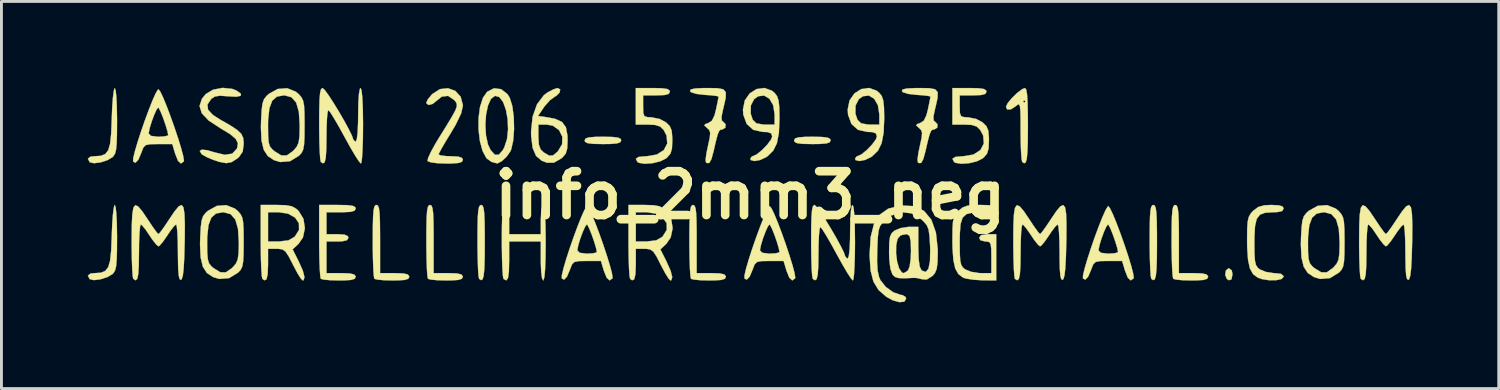
<source format=kicad_pcb>
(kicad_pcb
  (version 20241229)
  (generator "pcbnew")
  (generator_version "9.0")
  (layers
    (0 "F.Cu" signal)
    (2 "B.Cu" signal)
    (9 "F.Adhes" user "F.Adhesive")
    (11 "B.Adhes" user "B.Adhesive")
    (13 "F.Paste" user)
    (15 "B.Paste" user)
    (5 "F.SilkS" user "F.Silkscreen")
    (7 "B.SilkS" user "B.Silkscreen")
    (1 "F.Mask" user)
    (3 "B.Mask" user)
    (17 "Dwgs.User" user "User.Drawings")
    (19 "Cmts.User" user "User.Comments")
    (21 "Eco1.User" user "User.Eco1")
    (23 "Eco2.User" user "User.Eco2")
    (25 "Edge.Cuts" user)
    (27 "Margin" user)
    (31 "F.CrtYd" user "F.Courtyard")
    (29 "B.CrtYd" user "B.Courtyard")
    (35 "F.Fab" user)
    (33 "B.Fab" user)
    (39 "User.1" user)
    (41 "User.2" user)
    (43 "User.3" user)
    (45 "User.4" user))
  (footprint "info_2mm3_neg"
    (layer "F.Cu")
    (at 23.032 3.736)
    (property "Reference" "info_2mm3_neg" (at 0 0 0) (layer "F.SilkS") (effects (font (size 1.524 1.524) (thickness 0.3))))
    (attr through_hole)
    (fp_poly (pts (xy 16.739 2.614) (xy 16.764 2.752) (xy 16.729 2.926) (xy 16.635 2.956) (xy 16.566 2.907) (xy 16.51 2.77) (xy 16.534 2.62) (xy 16.625 2.541) (xy 16.637 2.54) (xy 16.739 2.614)) (stroke (width 0.01) (type solid)) (fill yes) (layer "F.SilkS"))
    (fp_poly (pts (xy -4.787 -2.025) (xy -4.591 -2.001) (xy -4.502 -1.954) (xy -4.487 -1.905) (xy -4.521 -1.838) (xy -4.641 -1.799) (xy -4.879 -1.781) (xy -5.122 -1.778) (xy -5.457 -1.785) (xy -5.654 -1.809) (xy -5.743 -1.856) (xy -5.757 -1.905) (xy -5.724 -1.972) (xy -5.604 -2.011) (xy -5.366 -2.029) (xy -5.122 -2.032) (xy -4.787 -2.025)) (stroke (width 0.01) (type solid)) (fill yes) (layer "F.SilkS"))
    (fp_poly (pts (xy 2.494 -2.025) (xy 2.691 -2.001) (xy 2.779 -1.954) (xy 2.794 -1.905) (xy 2.761 -1.838) (xy 2.641 -1.799) (xy 2.403 -1.781) (xy 2.159 -1.778) (xy 1.824 -1.785) (xy 1.627 -1.809) (xy 1.539 -1.856) (xy 1.524 -1.905) (xy 1.557 -1.972) (xy 1.677 -2.011) (xy 1.915 -2.029) (xy 2.159 -2.032) (xy 2.494 -2.025)) (stroke (width 0.01) (type solid)) (fill yes) (layer "F.SilkS"))
    (fp_poly (pts (xy -9.307 0.361) (xy -9.272 0.445) (xy -9.249 0.613) (xy -9.236 0.888) (xy -9.23 1.293) (xy -9.229 1.651) (xy -9.232 2.18) (xy -9.244 2.557) (xy -9.268 2.8) (xy -9.306 2.926) (xy -9.361 2.953) (xy -9.426 2.907) (xy -9.446 2.807) (xy -9.463 2.568) (xy -9.475 2.223) (xy -9.482 1.802) (xy -9.483 1.595) (xy -9.48 1.101) (xy -9.472 0.752) (xy -9.454 0.526) (xy -9.426 0.398) (xy -9.384 0.345) (xy -9.356 0.339) (xy -9.307 0.361)) (stroke (width 0.01) (type solid)) (fill yes) (layer "F.SilkS"))
    (fp_poly (pts (xy 14.061 0.361) (xy 14.096 0.445) (xy 14.119 0.613) (xy 14.132 0.888) (xy 14.138 1.293) (xy 14.139 1.651) (xy 14.136 2.18) (xy 14.124 2.557) (xy 14.1 2.8) (xy 14.062 2.926) (xy 14.007 2.953) (xy 13.942 2.907) (xy 13.922 2.807) (xy 13.905 2.568) (xy 13.893 2.223) (xy 13.886 1.802) (xy 13.885 1.595) (xy 13.888 1.101) (xy 13.896 0.752) (xy 13.914 0.526) (xy 13.942 0.398) (xy 13.984 0.345) (xy 14.012 0.339) (xy 14.061 0.361)) (stroke (width 0.01) (type solid)) (fill yes) (layer "F.SilkS"))
    (fp_poly (pts (xy -22.062 -3.646) (xy -22.038 -3.426) (xy -22.021 -3.097) (xy -22.014 -2.688) (xy -22.013 -2.595) (xy -22.016 -2.129) (xy -22.026 -1.802) (xy -22.047 -1.585) (xy -22.083 -1.446) (xy -22.138 -1.356) (xy -22.172 -1.322) (xy -22.352 -1.216) (xy -22.588 -1.141) (xy -22.813 -1.112) (xy -22.96 -1.144) (xy -22.966 -1.15) (xy -23.027 -1.271) (xy -22.933 -1.341) (xy -22.792 -1.355) (xy -22.577 -1.369) (xy -22.424 -1.43) (xy -22.32 -1.561) (xy -22.255 -1.786) (xy -22.218 -2.131) (xy -22.198 -2.618) (xy -22.197 -2.66) (xy -22.181 -3.062) (xy -22.156 -3.395) (xy -22.126 -3.626) (xy -22.095 -3.724) (xy -22.091 -3.725) (xy -22.062 -3.646)) (stroke (width 0.01) (type solid)) (fill yes) (layer "F.SilkS"))
    (fp_poly (pts (xy -22.062 0.418) (xy -22.038 0.638) (xy -22.021 0.967) (xy -22.014 1.376) (xy -22.013 1.469) (xy -22.016 1.935) (xy -22.026 2.262) (xy -22.047 2.479) (xy -22.083 2.618) (xy -22.138 2.708) (xy -22.172 2.742) (xy -22.352 2.848) (xy -22.588 2.923) (xy -22.813 2.952) (xy -22.96 2.92) (xy -22.966 2.914) (xy -23.027 2.793) (xy -22.933 2.723) (xy -22.792 2.709) (xy -22.577 2.695) (xy -22.424 2.634) (xy -22.32 2.503) (xy -22.255 2.278) (xy -22.218 1.933) (xy -22.198 1.446) (xy -22.197 1.404) (xy -22.181 1.002) (xy -22.156 0.669) (xy -22.126 0.438) (xy -22.095 0.34) (xy -22.091 0.339) (xy -22.062 0.418)) (stroke (width 0.01) (type solid)) (fill yes) (layer "F.SilkS"))
    (fp_poly (pts (xy -12.945 0.362) (xy -12.909 0.45) (xy -12.887 0.625) (xy -12.874 0.912) (xy -12.87 1.336) (xy -12.869 1.524) (xy -12.869 2.709) (xy -12.361 2.709) (xy -12.066 2.719) (xy -11.908 2.754) (xy -11.854 2.821) (xy -11.853 2.836) (xy -11.889 2.906) (xy -12.016 2.946) (xy -12.266 2.962) (xy -12.432 2.963) (xy -12.731 2.956) (xy -12.959 2.935) (xy -13.067 2.907) (xy -13.067 2.907) (xy -13.087 2.807) (xy -13.104 2.568) (xy -13.116 2.223) (xy -13.123 1.802) (xy -13.123 1.595) (xy -13.121 1.101) (xy -13.112 0.752) (xy -13.095 0.526) (xy -13.067 0.398) (xy -13.025 0.345) (xy -12.996 0.339) (xy -12.945 0.362)) (stroke (width 0.01) (type solid)) (fill yes) (layer "F.SilkS"))
    (fp_poly (pts (xy -11.082 0.362) (xy -11.047 0.45) (xy -11.024 0.625) (xy -11.012 0.912) (xy -11.007 1.336) (xy -11.007 1.524) (xy -11.007 2.709) (xy -10.499 2.709) (xy -10.204 2.719) (xy -10.045 2.754) (xy -9.992 2.821) (xy -9.991 2.836) (xy -10.026 2.906) (xy -10.153 2.946) (xy -10.404 2.962) (xy -10.569 2.963) (xy -10.868 2.956) (xy -11.096 2.935) (xy -11.204 2.907) (xy -11.204 2.907) (xy -11.224 2.807) (xy -11.241 2.568) (xy -11.253 2.223) (xy -11.26 1.802) (xy -11.261 1.595) (xy -11.258 1.101) (xy -11.25 0.752) (xy -11.232 0.526) (xy -11.204 0.398) (xy -11.162 0.345) (xy -11.134 0.339) (xy -11.082 0.362)) (stroke (width 0.01) (type solid)) (fill yes) (layer "F.SilkS"))
    (fp_poly (pts (xy -1.938 0.362) (xy -1.903 0.45) (xy -1.88 0.625) (xy -1.868 0.912) (xy -1.863 1.336) (xy -1.863 1.524) (xy -1.863 2.709) (xy -1.355 2.709) (xy -1.06 2.719) (xy -0.901 2.754) (xy -0.848 2.821) (xy -0.847 2.836) (xy -0.882 2.906) (xy -1.009 2.946) (xy -1.26 2.962) (xy -1.425 2.963) (xy -1.724 2.956) (xy -1.952 2.935) (xy -2.06 2.907) (xy -2.06 2.907) (xy -2.08 2.807) (xy -2.097 2.568) (xy -2.109 2.223) (xy -2.116 1.802) (xy -2.117 1.595) (xy -2.114 1.101) (xy -2.106 0.752) (xy -2.088 0.526) (xy -2.06 0.398) (xy -2.018 0.345) (xy -1.99 0.339) (xy -1.938 0.362)) (stroke (width 0.01) (type solid)) (fill yes) (layer "F.SilkS"))
    (fp_poly (pts (xy 14.826 0.362) (xy 14.861 0.45) (xy 14.884 0.625) (xy 14.896 0.912) (xy 14.901 1.336) (xy 14.901 1.524) (xy 14.901 2.709) (xy 15.409 2.709) (xy 15.704 2.719) (xy 15.863 2.754) (xy 15.916 2.821) (xy 15.917 2.836) (xy 15.882 2.906) (xy 15.755 2.946) (xy 15.504 2.962) (xy 15.339 2.963) (xy 15.04 2.956) (xy 14.812 2.935) (xy 14.704 2.907) (xy 14.704 2.907) (xy 14.684 2.807) (xy 14.667 2.568) (xy 14.655 2.223) (xy 14.648 1.802) (xy 14.647 1.595) (xy 14.65 1.101) (xy 14.658 0.752) (xy 14.676 0.526) (xy 14.704 0.398) (xy 14.746 0.345) (xy 14.774 0.339) (xy 14.826 0.362)) (stroke (width 0.01) (type solid)) (fill yes) (layer "F.SilkS"))
    (fp_poly (pts (xy 9.592 -3.675) (xy 9.622 -3.515) (xy 9.641 -3.228) (xy 9.65 -2.798) (xy 9.652 -2.413) (xy 9.649 -1.884) (xy 9.636 -1.507) (xy 9.613 -1.264) (xy 9.575 -1.138) (xy 9.52 -1.111) (xy 9.454 -1.157) (xy 9.433 -1.259) (xy 9.415 -1.495) (xy 9.402 -1.831) (xy 9.398 -2.229) (xy 9.397 -2.655) (xy 9.39 -2.935) (xy 9.374 -3.095) (xy 9.344 -3.158) (xy 9.297 -3.147) (xy 9.243 -3.103) (xy 9.063 -2.985) (xy 8.933 -2.98) (xy 8.89 -3.074) (xy 8.95 -3.201) (xy 8.999 -3.26) (xy 9.483 -3.26) (xy 9.525 -3.217) (xy 9.567 -3.26) (xy 9.525 -3.302) (xy 9.483 -3.26) (xy 8.999 -3.26) (xy 9.098 -3.379) (xy 9.283 -3.558) (xy 9.456 -3.688) (xy 9.55 -3.725) (xy 9.592 -3.675)) (stroke (width 0.01) (type solid)) (fill yes) (layer "F.SilkS"))
    (fp_poly (pts (xy -14.016 0.345) (xy -13.819 0.369) (xy -13.731 0.417) (xy -13.716 0.466) (xy -13.755 0.539) (xy -13.893 0.579) (xy -14.163 0.592) (xy -14.224 0.593) (xy -14.732 0.593) (xy -14.732 1.355) (xy -14.351 1.355) (xy -14.1 1.371) (xy -13.985 1.428) (xy -13.97 1.482) (xy -14.02 1.565) (xy -14.189 1.604) (xy -14.351 1.609) (xy -14.732 1.609) (xy -14.732 2.709) (xy -14.224 2.709) (xy -13.929 2.719) (xy -13.771 2.754) (xy -13.717 2.821) (xy -13.716 2.836) (xy -13.751 2.906) (xy -13.879 2.946) (xy -14.129 2.962) (xy -14.295 2.963) (xy -14.593 2.956) (xy -14.821 2.935) (xy -14.929 2.907) (xy -14.93 2.907) (xy -14.949 2.807) (xy -14.966 2.568) (xy -14.979 2.223) (xy -14.985 1.802) (xy -14.986 1.595) (xy -14.986 0.339) (xy -14.351 0.339) (xy -14.016 0.345)) (stroke (width 0.01) (type solid)) (fill yes) (layer "F.SilkS"))
    (fp_poly (pts (xy 18.382 0.352) (xy 18.514 0.398) (xy 18.542 0.466) (xy 18.491 0.55) (xy 18.32 0.588) (xy 18.167 0.593) (xy 17.9 0.61) (xy 17.718 0.678) (xy 17.606 0.824) (xy 17.548 1.075) (xy 17.527 1.458) (xy 17.526 1.652) (xy 17.529 2.029) (xy 17.545 2.274) (xy 17.58 2.425) (xy 17.642 2.519) (xy 17.714 2.578) (xy 17.927 2.667) (xy 18.194 2.709) (xy 18.222 2.709) (xy 18.45 2.733) (xy 18.539 2.81) (xy 18.542 2.836) (xy 18.468 2.914) (xy 18.282 2.955) (xy 18.038 2.956) (xy 17.789 2.917) (xy 17.641 2.864) (xy 17.48 2.744) (xy 17.37 2.548) (xy 17.305 2.251) (xy 17.275 1.825) (xy 17.272 1.559) (xy 17.275 1.177) (xy 17.292 0.924) (xy 17.329 0.759) (xy 17.395 0.64) (xy 17.48 0.546) (xy 17.657 0.411) (xy 17.875 0.35) (xy 18.115 0.339) (xy 18.382 0.352)) (stroke (width 0.01) (type solid)) (fill yes) (layer "F.SilkS"))
    (fp_poly (pts (xy -7.163 0.421) (xy -7.137 0.659) (xy -7.119 1.038) (xy -7.112 1.544) (xy -7.112 1.651) (xy -7.117 2.18) (xy -7.133 2.584) (xy -7.157 2.848) (xy -7.19 2.96) (xy -7.197 2.963) (xy -7.239 2.884) (xy -7.268 2.668) (xy -7.281 2.347) (xy -7.281 2.286) (xy -7.281 1.609) (xy -8.382 1.609) (xy -8.382 2.286) (xy -8.391 2.659) (xy -8.422 2.878) (xy -8.479 2.96) (xy -8.568 2.918) (xy -8.58 2.907) (xy -8.599 2.807) (xy -8.616 2.568) (xy -8.629 2.223) (xy -8.635 1.802) (xy -8.636 1.595) (xy -8.634 1.101) (xy -8.625 0.752) (xy -8.608 0.526) (xy -8.579 0.398) (xy -8.538 0.345) (xy -8.509 0.339) (xy -8.435 0.378) (xy -8.396 0.516) (xy -8.382 0.785) (xy -8.382 0.847) (xy -8.382 1.355) (xy -7.281 1.355) (xy -7.281 0.847) (xy -7.268 0.576) (xy -7.235 0.393) (xy -7.197 0.339) (xy -7.163 0.421)) (stroke (width 0.01) (type solid)) (fill yes) (layer "F.SilkS"))
    (fp_poly (pts (xy -3.065 -3.718) (xy -2.88 -3.691) (xy -2.803 -3.638) (xy -2.794 -3.598) (xy -2.836 -3.522) (xy -2.983 -3.482) (xy -3.26 -3.471) (xy -3.725 -3.471) (xy -3.725 -3.09) (xy -3.719 -2.856) (xy -3.676 -2.745) (xy -3.563 -2.712) (xy -3.44 -2.709) (xy -3.156 -2.652) (xy -2.932 -2.534) (xy -2.798 -2.402) (xy -2.731 -2.243) (xy -2.71 -1.995) (xy -2.709 -1.905) (xy -2.722 -1.622) (xy -2.774 -1.445) (xy -2.889 -1.312) (xy -2.932 -1.276) (xy -3.134 -1.176) (xy -3.401 -1.112) (xy -3.668 -1.093) (xy -3.871 -1.125) (xy -3.923 -1.157) (xy -3.978 -1.267) (xy -3.875 -1.332) (xy -3.61 -1.355) (xy -3.598 -1.355) (xy -3.248 -1.413) (xy -3.005 -1.569) (xy -2.886 -1.798) (xy -2.909 -2.072) (xy -3.01 -2.267) (xy -3.132 -2.387) (xy -3.312 -2.443) (xy -3.561 -2.455) (xy -3.979 -2.455) (xy -3.979 -3.725) (xy -3.387 -3.725) (xy -3.065 -3.718)) (stroke (width 0.01) (type solid)) (fill yes) (layer "F.SilkS"))
    (fp_poly (pts (xy 7.942 -3.718) (xy 8.126 -3.691) (xy 8.204 -3.638) (xy 8.213 -3.598) (xy 8.171 -3.522) (xy 8.024 -3.482) (xy 7.747 -3.471) (xy 7.281 -3.471) (xy 7.281 -3.09) (xy 7.288 -2.856) (xy 7.331 -2.745) (xy 7.444 -2.712) (xy 7.566 -2.709) (xy 7.851 -2.652) (xy 8.074 -2.534) (xy 8.209 -2.402) (xy 8.276 -2.243) (xy 8.297 -1.995) (xy 8.297 -1.905) (xy 8.285 -1.622) (xy 8.232 -1.445) (xy 8.118 -1.312) (xy 8.074 -1.276) (xy 7.873 -1.176) (xy 7.606 -1.112) (xy 7.338 -1.093) (xy 7.135 -1.125) (xy 7.084 -1.157) (xy 7.029 -1.267) (xy 7.132 -1.332) (xy 7.397 -1.355) (xy 7.408 -1.355) (xy 7.759 -1.413) (xy 8.002 -1.569) (xy 8.12 -1.798) (xy 8.098 -2.072) (xy 7.996 -2.267) (xy 7.875 -2.387) (xy 7.694 -2.443) (xy 7.446 -2.455) (xy 7.027 -2.455) (xy 7.027 -3.725) (xy 7.62 -3.725) (xy 7.942 -3.718)) (stroke (width 0.01) (type solid)) (fill yes) (layer "F.SilkS"))
    (fp_poly (pts (xy -8.66 -3.686) (xy -8.442 -3.516) (xy -8.361 -3.387) (xy -8.272 -3.1) (xy -8.221 -2.716) (xy -8.211 -2.296) (xy -8.24 -1.901) (xy -8.311 -1.59) (xy -8.341 -1.522) (xy -8.47 -1.339) (xy -8.634 -1.186) (xy -8.779 -1.109) (xy -8.821 -1.11) (xy -8.915 -1.137) (xy -8.997 -1.159) (xy -9.172 -1.286) (xy -9.307 -1.54) (xy -9.399 -1.883) (xy -9.446 -2.277) (xy -9.446 -2.444) (xy -9.209 -2.444) (xy -9.188 -2.085) (xy -9.119 -1.766) (xy -9.028 -1.571) (xy -8.879 -1.407) (xy -8.742 -1.405) (xy -8.603 -1.567) (xy -8.553 -1.657) (xy -8.457 -1.946) (xy -8.42 -2.285) (xy -8.434 -2.638) (xy -8.494 -2.968) (xy -8.592 -3.238) (xy -8.723 -3.412) (xy -8.874 -3.454) (xy -9.014 -3.348) (xy -9.118 -3.117) (xy -9.184 -2.801) (xy -9.209 -2.444) (xy -9.446 -2.444) (xy -9.445 -2.684) (xy -9.395 -3.067) (xy -9.293 -3.386) (xy -9.147 -3.595) (xy -8.908 -3.717) (xy -8.66 -3.686)) (stroke (width 0.01) (type solid)) (fill yes) (layer "F.SilkS"))
    (fp_poly (pts (xy -10.254 -3.627) (xy -10.069 -3.426) (xy -9.991 -3.133) (xy -9.991 -3.11) (xy -10.051 -2.843) (xy -10.234 -2.46) (xy -10.412 -2.158) (xy -10.596 -1.857) (xy -10.739 -1.611) (xy -10.822 -1.454) (xy -10.835 -1.418) (xy -10.76 -1.382) (xy -10.566 -1.359) (xy -10.414 -1.355) (xy -10.148 -1.341) (xy -10.018 -1.294) (xy -9.991 -1.228) (xy -10.026 -1.158) (xy -10.152 -1.119) (xy -10.4 -1.102) (xy -10.578 -1.101) (xy -10.879 -1.112) (xy -11.108 -1.143) (xy -11.219 -1.186) (xy -11.22 -1.187) (xy -11.2 -1.291) (xy -11.104 -1.502) (xy -10.948 -1.786) (xy -10.811 -2.013) (xy -10.55 -2.433) (xy -10.368 -2.735) (xy -10.256 -2.942) (xy -10.204 -3.08) (xy -10.203 -3.174) (xy -10.241 -3.248) (xy -10.293 -3.309) (xy -10.505 -3.453) (xy -10.722 -3.428) (xy -10.88 -3.302) (xy -11.04 -3.174) (xy -11.183 -3.135) (xy -11.258 -3.195) (xy -11.261 -3.221) (xy -11.206 -3.336) (xy -11.071 -3.499) (xy -11.053 -3.518) (xy -10.787 -3.688) (xy -10.507 -3.719) (xy -10.254 -3.627)) (stroke (width 0.01) (type solid)) (fill yes) (layer "F.SilkS"))
    (fp_poly (pts (xy -1.145 -3.72) (xy -0.94 -3.683) (xy -0.85 -3.582) (xy -0.853 -3.387) (xy -0.925 -3.065) (xy -0.946 -2.984) (xy -0.998 -2.73) (xy -0.99 -2.598) (xy -0.946 -2.559) (xy -0.857 -2.468) (xy -0.865 -2.348) (xy -0.964 -2.286) (xy -0.968 -2.286) (xy -1.035 -2.276) (xy -1.086 -2.224) (xy -1.136 -2.099) (xy -1.197 -1.868) (xy -1.271 -1.545) (xy -1.349 -1.258) (xy -1.423 -1.121) (xy -1.506 -1.117) (xy -1.543 -1.148) (xy -1.551 -1.249) (xy -1.522 -1.465) (xy -1.471 -1.709) (xy -1.409 -1.995) (xy -1.393 -2.165) (xy -1.425 -2.264) (xy -1.501 -2.338) (xy -1.6 -2.429) (xy -1.55 -2.479) (xy -1.466 -2.505) (xy -1.335 -2.587) (xy -1.243 -2.773) (xy -1.191 -2.976) (xy -1.139 -3.222) (xy -1.107 -3.389) (xy -1.101 -3.429) (xy -1.177 -3.451) (xy -1.376 -3.474) (xy -1.581 -3.488) (xy -1.876 -3.522) (xy -2.057 -3.58) (xy -2.096 -3.619) (xy -2.067 -3.677) (xy -1.92 -3.71) (xy -1.633 -3.724) (xy -1.489 -3.725) (xy -1.145 -3.72)) (stroke (width 0.01) (type solid)) (fill yes) (layer "F.SilkS"))
    (fp_poly (pts (xy 6.221 -3.72) (xy 6.426 -3.683) (xy 6.516 -3.582) (xy 6.513 -3.387) (xy 6.441 -3.065) (xy 6.42 -2.984) (xy 6.368 -2.73) (xy 6.376 -2.598) (xy 6.42 -2.559) (xy 6.509 -2.468) (xy 6.501 -2.348) (xy 6.402 -2.286) (xy 6.398 -2.286) (xy 6.331 -2.276) (xy 6.28 -2.224) (xy 6.23 -2.099) (xy 6.169 -1.868) (xy 6.095 -1.545) (xy 6.017 -1.258) (xy 5.943 -1.121) (xy 5.86 -1.117) (xy 5.823 -1.148) (xy 5.815 -1.249) (xy 5.844 -1.465) (xy 5.895 -1.709) (xy 5.957 -1.995) (xy 5.973 -2.165) (xy 5.941 -2.264) (xy 5.865 -2.338) (xy 5.766 -2.429) (xy 5.816 -2.479) (xy 5.9 -2.505) (xy 6.031 -2.587) (xy 6.123 -2.773) (xy 6.175 -2.976) (xy 6.227 -3.222) (xy 6.259 -3.389) (xy 6.265 -3.429) (xy 6.189 -3.451) (xy 5.99 -3.474) (xy 5.785 -3.488) (xy 5.49 -3.522) (xy 5.309 -3.58) (xy 5.27 -3.619) (xy 5.299 -3.677) (xy 5.446 -3.71) (xy 5.733 -3.724) (xy 5.877 -3.725) (xy 6.221 -3.72)) (stroke (width 0.01) (type solid)) (fill yes) (layer "F.SilkS"))
    (fp_poly (pts (xy -18.008 -3.696) (xy -17.859 -3.638) (xy -17.709 -3.529) (xy -17.715 -3.455) (xy -17.869 -3.423) (xy -18.145 -3.438) (xy -18.437 -3.459) (xy -18.618 -3.429) (xy -18.738 -3.348) (xy -18.869 -3.155) (xy -18.851 -2.974) (xy -18.678 -2.788) (xy -18.436 -2.633) (xy -18.074 -2.426) (xy -17.837 -2.269) (xy -17.698 -2.137) (xy -17.631 -2.003) (xy -17.611 -1.84) (xy -17.611 -1.78) (xy -17.645 -1.514) (xy -17.773 -1.328) (xy -17.834 -1.276) (xy -18.026 -1.152) (xy -18.213 -1.114) (xy -18.454 -1.158) (xy -18.658 -1.225) (xy -18.889 -1.321) (xy -19.053 -1.412) (xy -19.076 -1.432) (xy -19.138 -1.539) (xy -19.063 -1.584) (xy -18.872 -1.563) (xy -18.631 -1.491) (xy -18.266 -1.404) (xy -18.008 -1.445) (xy -17.849 -1.615) (xy -17.835 -1.649) (xy -17.812 -1.807) (xy -17.886 -1.956) (xy -18.077 -2.119) (xy -18.406 -2.32) (xy -18.422 -2.329) (xy -18.828 -2.595) (xy -19.068 -2.85) (xy -19.145 -3.101) (xy -19.062 -3.353) (xy -18.927 -3.518) (xy -18.672 -3.669) (xy -18.341 -3.731) (xy -18.008 -3.696)) (stroke (width 0.01) (type solid)) (fill yes) (layer "F.SilkS"))
    (fp_poly (pts (xy -6.608 -3.678) (xy -6.627 -3.57) (xy -6.737 -3.458) (xy -6.792 -3.428) (xy -6.96 -3.305) (xy -7.14 -3.104) (xy -7.18 -3.048) (xy -7.379 -2.752) (xy -7.182 -2.728) (xy -6.794 -2.659) (xy -6.545 -2.547) (xy -6.409 -2.362) (xy -6.355 -2.077) (xy -6.35 -1.905) (xy -6.363 -1.622) (xy -6.415 -1.445) (xy -6.529 -1.312) (xy -6.573 -1.276) (xy -6.826 -1.131) (xy -7.071 -1.13) (xy -7.251 -1.2) (xy -7.446 -1.365) (xy -7.566 -1.645) (xy -7.617 -2.058) (xy -7.62 -2.221) (xy -7.595 -2.455) (xy -7.366 -2.455) (xy -7.366 -2.037) (xy -7.349 -1.758) (xy -7.286 -1.589) (xy -7.178 -1.486) (xy -6.991 -1.376) (xy -6.857 -1.383) (xy -6.7 -1.513) (xy -6.689 -1.524) (xy -6.541 -1.77) (xy -6.533 -2.031) (xy -6.646 -2.261) (xy -6.861 -2.416) (xy -7.074 -2.455) (xy -7.366 -2.455) (xy -7.595 -2.455) (xy -7.566 -2.732) (xy -7.413 -3.161) (xy -7.173 -3.479) (xy -7.037 -3.579) (xy -6.842 -3.679) (xy -6.703 -3.725) (xy -6.697 -3.725) (xy -6.608 -3.678)) (stroke (width 0.01) (type solid)) (fill yes) (layer "F.SilkS"))
    (fp_poly (pts (xy -16.144 0.348) (xy -15.938 0.386) (xy -15.789 0.468) (xy -15.702 0.546) (xy -15.533 0.821) (xy -15.483 1.148) (xy -15.55 1.468) (xy -15.702 1.689) (xy -15.909 1.884) (xy -15.702 2.294) (xy -15.555 2.622) (xy -15.497 2.848) (xy -15.53 2.956) (xy -15.56 2.963) (xy -15.628 2.893) (xy -15.743 2.708) (xy -15.882 2.445) (xy -15.898 2.413) (xy -16.045 2.128) (xy -16.154 1.963) (xy -16.261 1.886) (xy -16.399 1.864) (xy -16.467 1.863) (xy -16.764 1.863) (xy -16.764 2.413) (xy -16.777 2.746) (xy -16.817 2.924) (xy -16.891 2.958) (xy -16.962 2.907) (xy -16.981 2.807) (xy -16.998 2.568) (xy -17.011 2.223) (xy -17.017 1.802) (xy -17.018 1.595) (xy -17.018 0.593) (xy -16.764 0.593) (xy -16.764 1.609) (xy -16.383 1.609) (xy -16.056 1.57) (xy -15.838 1.445) (xy -15.833 1.439) (xy -15.687 1.206) (xy -15.691 0.976) (xy -15.824 0.778) (xy -16.069 0.641) (xy -16.386 0.593) (xy -16.764 0.593) (xy -17.018 0.593) (xy -17.018 0.339) (xy -16.464 0.339) (xy -16.144 0.348)) (stroke (width 0.01) (type solid)) (fill yes) (layer "F.SilkS"))
    (fp_poly (pts (xy -3.359 0.348) (xy -3.153 0.386) (xy -3.004 0.468) (xy -2.917 0.546) (xy -2.749 0.821) (xy -2.698 1.148) (xy -2.765 1.468) (xy -2.917 1.689) (xy -3.124 1.884) (xy -2.917 2.294) (xy -2.77 2.622) (xy -2.712 2.848) (xy -2.745 2.956) (xy -2.776 2.963) (xy -2.843 2.893) (xy -2.958 2.708) (xy -3.098 2.445) (xy -3.114 2.413) (xy -3.26 2.128) (xy -3.369 1.963) (xy -3.476 1.886) (xy -3.614 1.864) (xy -3.682 1.863) (xy -3.979 1.863) (xy -3.979 2.413) (xy -3.992 2.746) (xy -4.033 2.924) (xy -4.107 2.958) (xy -4.177 2.907) (xy -4.197 2.807) (xy -4.214 2.568) (xy -4.226 2.223) (xy -4.233 1.802) (xy -4.233 1.595) (xy -4.233 0.593) (xy -3.979 0.593) (xy -3.979 1.609) (xy -3.598 1.609) (xy -3.271 1.57) (xy -3.053 1.445) (xy -3.048 1.439) (xy -2.903 1.206) (xy -2.906 0.976) (xy -3.04 0.778) (xy -3.285 0.641) (xy -3.602 0.593) (xy -3.979 0.593) (xy -4.233 0.593) (xy -4.233 0.339) (xy -3.679 0.339) (xy -3.359 0.348)) (stroke (width 0.01) (type solid)) (fill yes) (layer "F.SilkS"))
    (fp_poly (pts (xy 0.752 -3.634) (xy 0.847 -3.556) (xy 0.932 -3.445) (xy 0.983 -3.293) (xy 1.009 -3.06) (xy 1.016 -2.703) (xy 1.016 -2.663) (xy 0.996 -2.169) (xy 0.927 -1.808) (xy 0.798 -1.547) (xy 0.6 -1.354) (xy 0.558 -1.325) (xy 0.348 -1.225) (xy 0.152 -1.188) (xy 0.023 -1.219) (xy 0 -1.27) (xy 0.062 -1.352) (xy 0.082 -1.355) (xy 0.221 -1.416) (xy 0.407 -1.567) (xy 0.592 -1.758) (xy 0.725 -1.939) (xy 0.762 -2.041) (xy 0.73 -2.147) (xy 0.604 -2.194) (xy 0.429 -2.201) (xy 0.105 -2.272) (xy -0.123 -2.476) (xy -0.241 -2.796) (xy -0.244 -2.837) (xy 0.014 -2.837) (xy 0.088 -2.619) (xy 0.212 -2.5) (xy 0.443 -2.457) (xy 0.511 -2.455) (xy 0.847 -2.455) (xy 0.847 -2.808) (xy 0.797 -3.128) (xy 0.667 -3.353) (xy 0.484 -3.464) (xy 0.275 -3.44) (xy 0.133 -3.338) (xy 0.021 -3.119) (xy 0.014 -2.837) (xy -0.244 -2.837) (xy -0.254 -2.979) (xy -0.189 -3.296) (xy -0.019 -3.539) (xy 0.22 -3.69) (xy 0.489 -3.728) (xy 0.752 -3.634)) (stroke (width 0.01) (type solid)) (fill yes) (layer "F.SilkS"))
    (fp_poly (pts (xy 4.393 -3.634) (xy 4.487 -3.556) (xy 4.573 -3.445) (xy 4.624 -3.293) (xy 4.649 -3.06) (xy 4.657 -2.703) (xy 4.657 -2.663) (xy 4.636 -2.169) (xy 4.567 -1.808) (xy 4.439 -1.547) (xy 4.24 -1.354) (xy 4.198 -1.325) (xy 3.989 -1.225) (xy 3.793 -1.188) (xy 3.664 -1.219) (xy 3.641 -1.27) (xy 3.703 -1.352) (xy 3.722 -1.355) (xy 3.862 -1.416) (xy 4.048 -1.567) (xy 4.232 -1.758) (xy 4.366 -1.939) (xy 4.403 -2.041) (xy 4.37 -2.147) (xy 4.244 -2.194) (xy 4.07 -2.201) (xy 3.746 -2.272) (xy 3.518 -2.476) (xy 3.4 -2.796) (xy 3.397 -2.837) (xy 3.655 -2.837) (xy 3.728 -2.619) (xy 3.853 -2.5) (xy 4.084 -2.457) (xy 4.152 -2.455) (xy 4.487 -2.455) (xy 4.487 -2.808) (xy 4.438 -3.128) (xy 4.308 -3.353) (xy 4.125 -3.464) (xy 3.916 -3.44) (xy 3.774 -3.338) (xy 3.661 -3.119) (xy 3.655 -2.837) (xy 3.397 -2.837) (xy 3.387 -2.979) (xy 3.452 -3.296) (xy 3.622 -3.539) (xy 3.86 -3.69) (xy 4.13 -3.728) (xy 4.393 -3.634)) (stroke (width 0.01) (type solid)) (fill yes) (layer "F.SilkS"))
    (fp_poly (pts (xy -20.513 -3.608) (xy -20.414 -3.403) (xy -20.291 -3.105) (xy -20.155 -2.744) (xy -20.017 -2.356) (xy -19.889 -1.974) (xy -19.784 -1.632) (xy -19.713 -1.363) (xy -19.687 -1.201) (xy -19.692 -1.173) (xy -19.792 -1.102) (xy -19.894 -1.195) (xy -19.991 -1.439) (xy -20.093 -1.778) (xy -20.581 -1.778) (xy -20.857 -1.773) (xy -21.013 -1.743) (xy -21.097 -1.661) (xy -21.159 -1.505) (xy -21.166 -1.483) (xy -21.273 -1.231) (xy -21.374 -1.127) (xy -21.455 -1.172) (xy -21.451 -1.284) (xy -21.396 -1.515) (xy -21.303 -1.833) (xy -21.202 -2.144) (xy -20.913 -2.144) (xy -20.832 -2.062) (xy -20.594 -2.032) (xy -20.574 -2.032) (xy -20.362 -2.044) (xy -20.244 -2.076) (xy -20.235 -2.088) (xy -20.261 -2.227) (xy -20.327 -2.445) (xy -20.411 -2.687) (xy -20.497 -2.9) (xy -20.563 -3.031) (xy -20.582 -3.048) (xy -20.639 -2.976) (xy -20.722 -2.795) (xy -20.808 -2.563) (xy -20.878 -2.333) (xy -20.912 -2.161) (xy -20.913 -2.144) (xy -21.202 -2.144) (xy -21.183 -2.204) (xy -21.048 -2.594) (xy -20.909 -2.969) (xy -20.78 -3.296) (xy -20.67 -3.541) (xy -20.593 -3.671) (xy -20.574 -3.683) (xy -20.513 -3.608)) (stroke (width 0.01) (type solid)) (fill yes) (layer "F.SilkS"))
    (fp_poly (pts (xy -5.611 0.456) (xy -5.513 0.661) (xy -5.39 0.959) (xy -5.253 1.32) (xy -5.115 1.708) (xy -4.988 2.09) (xy -4.883 2.432) (xy -4.811 2.701) (xy -4.786 2.863) (xy -4.791 2.891) (xy -4.89 2.962) (xy -4.992 2.869) (xy -5.09 2.625) (xy -5.191 2.286) (xy -5.68 2.286) (xy -5.956 2.291) (xy -6.111 2.321) (xy -6.196 2.403) (xy -6.258 2.559) (xy -6.265 2.581) (xy -6.372 2.833) (xy -6.473 2.937) (xy -6.553 2.892) (xy -6.549 2.78) (xy -6.495 2.549) (xy -6.402 2.231) (xy -6.301 1.92) (xy -6.011 1.92) (xy -5.931 2.002) (xy -5.693 2.032) (xy -5.673 2.032) (xy -5.461 2.02) (xy -5.343 1.988) (xy -5.334 1.976) (xy -5.36 1.837) (xy -5.425 1.619) (xy -5.51 1.377) (xy -5.595 1.164) (xy -5.661 1.033) (xy -5.68 1.016) (xy -5.738 1.088) (xy -5.82 1.269) (xy -5.907 1.501) (xy -5.977 1.731) (xy -6.011 1.903) (xy -6.011 1.92) (xy -6.301 1.92) (xy -6.282 1.86) (xy -6.146 1.47) (xy -6.008 1.095) (xy -5.878 0.768) (xy -5.769 0.523) (xy -5.692 0.393) (xy -5.673 0.381) (xy -5.611 0.456)) (stroke (width 0.01) (type solid)) (fill yes) (layer "F.SilkS"))
    (fp_poly (pts (xy 0.739 0.456) (xy 0.837 0.661) (xy 0.96 0.959) (xy 1.097 1.32) (xy 1.235 1.708) (xy 1.362 2.09) (xy 1.467 2.432) (xy 1.539 2.701) (xy 1.564 2.863) (xy 1.559 2.891) (xy 1.46 2.962) (xy 1.358 2.869) (xy 1.26 2.625) (xy 1.159 2.286) (xy 0.67 2.286) (xy 0.394 2.291) (xy 0.239 2.321) (xy 0.154 2.403) (xy 0.092 2.559) (xy 0.085 2.581) (xy -0.022 2.833) (xy -0.123 2.937) (xy -0.203 2.892) (xy -0.199 2.78) (xy -0.145 2.549) (xy -0.052 2.231) (xy 0.049 1.92) (xy 0.339 1.92) (xy 0.419 2.002) (xy 0.657 2.032) (xy 0.677 2.032) (xy 0.889 2.02) (xy 1.007 1.988) (xy 1.016 1.976) (xy 0.99 1.837) (xy 0.925 1.619) (xy 0.84 1.377) (xy 0.755 1.164) (xy 0.689 1.033) (xy 0.67 1.016) (xy 0.612 1.088) (xy 0.53 1.269) (xy 0.443 1.501) (xy 0.373 1.731) (xy 0.339 1.903) (xy 0.339 1.92) (xy 0.049 1.92) (xy 0.068 1.86) (xy 0.204 1.47) (xy 0.342 1.095) (xy 0.472 0.768) (xy 0.581 0.523) (xy 0.658 0.393) (xy 0.677 0.381) (xy 0.739 0.456)) (stroke (width 0.01) (type solid)) (fill yes) (layer "F.SilkS"))
    (fp_poly (pts (xy 8.307 0.347) (xy 8.48 0.377) (xy 8.547 0.436) (xy 8.551 0.466) (xy 8.512 0.54) (xy 8.373 0.579) (xy 8.101 0.592) (xy 8.049 0.593) (xy 7.73 0.605) (xy 7.514 0.659) (xy 7.381 0.782) (xy 7.311 1.002) (xy 7.285 1.346) (xy 7.281 1.652) (xy 7.285 2.029) (xy 7.3 2.274) (xy 7.335 2.425) (xy 7.398 2.519) (xy 7.47 2.578) (xy 7.674 2.662) (xy 7.948 2.707) (xy 8.02 2.709) (xy 8.382 2.709) (xy 8.382 2.159) (xy 8.378 1.863) (xy 8.357 1.698) (xy 8.304 1.626) (xy 8.205 1.609) (xy 8.17 1.609) (xy 8 1.565) (xy 7.959 1.482) (xy 8.023 1.388) (xy 8.228 1.355) (xy 8.255 1.355) (xy 8.551 1.355) (xy 8.551 2.963) (xy 8.065 2.958) (xy 7.762 2.939) (xy 7.506 2.899) (xy 7.397 2.864) (xy 7.236 2.744) (xy 7.126 2.548) (xy 7.06 2.251) (xy 7.031 1.825) (xy 7.027 1.559) (xy 7.031 1.177) (xy 7.047 0.924) (xy 7.084 0.759) (xy 7.15 0.64) (xy 7.235 0.546) (xy 7.376 0.43) (xy 7.541 0.367) (xy 7.785 0.342) (xy 7.997 0.339) (xy 8.307 0.347)) (stroke (width 0.01) (type solid)) (fill yes) (layer "F.SilkS"))
    (fp_poly (pts (xy 12.507 0.456) (xy 12.606 0.661) (xy 12.729 0.959) (xy 12.865 1.32) (xy 13.003 1.708) (xy 13.131 2.09) (xy 13.236 2.432) (xy 13.307 2.701) (xy 13.333 2.863) (xy 13.328 2.891) (xy 13.228 2.962) (xy 13.126 2.869) (xy 13.029 2.625) (xy 12.927 2.286) (xy 12.439 2.286) (xy 12.163 2.291) (xy 12.007 2.321) (xy 11.923 2.403) (xy 11.861 2.559) (xy 11.854 2.581) (xy 11.747 2.833) (xy 11.646 2.937) (xy 11.565 2.892) (xy 11.569 2.78) (xy 11.624 2.549) (xy 11.717 2.231) (xy 11.818 1.92) (xy 12.107 1.92) (xy 12.188 2.002) (xy 12.426 2.032) (xy 12.446 2.032) (xy 12.658 2.02) (xy 12.776 1.988) (xy 12.785 1.976) (xy 12.759 1.837) (xy 12.693 1.619) (xy 12.609 1.377) (xy 12.523 1.164) (xy 12.457 1.033) (xy 12.438 1.016) (xy 12.381 1.088) (xy 12.298 1.269) (xy 12.212 1.501) (xy 12.142 1.731) (xy 12.108 1.903) (xy 12.107 1.92) (xy 11.818 1.92) (xy 11.837 1.86) (xy 11.972 1.47) (xy 12.111 1.095) (xy 12.24 0.768) (xy 12.35 0.523) (xy 12.427 0.393) (xy 12.446 0.381) (xy 12.507 0.456)) (stroke (width 0.01) (type solid)) (fill yes) (layer "F.SilkS"))
    (fp_poly (pts (xy -17.914 0.466) (xy -17.818 0.546) (xy -17.725 0.652) (xy -17.664 0.769) (xy -17.63 0.934) (xy -17.615 1.187) (xy -17.611 1.565) (xy -17.611 1.632) (xy -17.614 2.033) (xy -17.628 2.302) (xy -17.659 2.476) (xy -17.714 2.592) (xy -17.8 2.687) (xy -17.801 2.688) (xy -18.115 2.882) (xy -18.457 2.911) (xy -18.676 2.845) (xy -18.89 2.703) (xy -19.031 2.484) (xy -19.108 2.162) (xy -19.128 1.713) (xy -19.127 1.645) (xy -18.881 1.645) (xy -18.877 1.998) (xy -18.859 2.224) (xy -18.816 2.366) (xy -18.736 2.467) (xy -18.658 2.534) (xy -18.424 2.679) (xy -18.232 2.682) (xy -18.028 2.541) (xy -17.988 2.502) (xy -17.881 2.377) (xy -17.819 2.236) (xy -17.789 2.03) (xy -17.78 1.713) (xy -17.78 1.628) (xy -17.809 1.164) (xy -17.901 0.845) (xy -18.064 0.659) (xy -18.304 0.593) (xy -18.334 0.593) (xy -18.573 0.637) (xy -18.737 0.781) (xy -18.835 1.044) (xy -18.877 1.445) (xy -18.881 1.645) (xy -19.127 1.645) (xy -19.122 1.478) (xy -19.103 1.118) (xy -19.074 0.884) (xy -19.023 0.731) (xy -18.936 0.617) (xy -18.855 0.543) (xy -18.545 0.371) (xy -18.217 0.345) (xy -17.914 0.466)) (stroke (width 0.01) (type solid)) (fill yes) (layer "F.SilkS"))
    (fp_poly (pts (xy -15.797 -3.598) (xy -15.702 -3.518) (xy -15.608 -3.412) (xy -15.548 -3.295) (xy -15.513 -3.13) (xy -15.498 -2.877) (xy -15.494 -2.499) (xy -15.494 -2.432) (xy -15.497 -2.031) (xy -15.511 -1.762) (xy -15.542 -1.588) (xy -15.597 -1.472) (xy -15.683 -1.377) (xy -15.684 -1.376) (xy -15.998 -1.182) (xy -16.34 -1.153) (xy -16.559 -1.219) (xy -16.773 -1.361) (xy -16.914 -1.58) (xy -16.991 -1.902) (xy -17.012 -2.351) (xy -17.01 -2.419) (xy -16.764 -2.419) (xy -16.76 -2.066) (xy -16.742 -1.84) (xy -16.699 -1.698) (xy -16.62 -1.597) (xy -16.541 -1.53) (xy -16.307 -1.385) (xy -16.115 -1.382) (xy -15.912 -1.523) (xy -15.871 -1.562) (xy -15.765 -1.687) (xy -15.702 -1.828) (xy -15.672 -2.034) (xy -15.664 -2.351) (xy -15.663 -2.436) (xy -15.693 -2.9) (xy -15.785 -3.219) (xy -15.947 -3.405) (xy -16.188 -3.471) (xy -16.217 -3.471) (xy -16.456 -3.427) (xy -16.62 -3.283) (xy -16.718 -3.02) (xy -16.761 -2.619) (xy -16.764 -2.419) (xy -17.01 -2.419) (xy -17.006 -2.586) (xy -16.987 -2.946) (xy -16.958 -3.18) (xy -16.906 -3.333) (xy -16.819 -3.447) (xy -16.738 -3.521) (xy -16.429 -3.693) (xy -16.1 -3.719) (xy -15.797 -3.598)) (stroke (width 0.01) (type solid)) (fill yes) (layer "F.SilkS"))
    (fp_poly (pts (xy 20.355 0.466) (xy 20.451 0.546) (xy 20.545 0.652) (xy 20.605 0.769) (xy 20.639 0.934) (xy 20.655 1.187) (xy 20.659 1.565) (xy 20.659 1.632) (xy 20.656 2.033) (xy 20.642 2.302) (xy 20.611 2.476) (xy 20.556 2.592) (xy 20.47 2.687) (xy 20.468 2.688) (xy 20.154 2.882) (xy 19.813 2.911) (xy 19.594 2.845) (xy 19.38 2.703) (xy 19.239 2.484) (xy 19.162 2.162) (xy 19.141 1.713) (xy 19.143 1.645) (xy 19.389 1.645) (xy 19.392 1.998) (xy 19.41 2.224) (xy 19.454 2.366) (xy 19.533 2.467) (xy 19.612 2.534) (xy 19.846 2.679) (xy 20.038 2.682) (xy 20.241 2.541) (xy 20.282 2.502) (xy 20.388 2.377) (xy 20.451 2.236) (xy 20.48 2.03) (xy 20.489 1.713) (xy 20.489 1.628) (xy 20.46 1.164) (xy 20.368 0.845) (xy 20.205 0.659) (xy 19.965 0.593) (xy 19.936 0.593) (xy 19.696 0.637) (xy 19.532 0.781) (xy 19.434 1.044) (xy 19.392 1.445) (xy 19.389 1.645) (xy 19.143 1.645) (xy 19.147 1.478) (xy 19.166 1.118) (xy 19.195 0.884) (xy 19.246 0.731) (xy 19.333 0.617) (xy 19.415 0.543) (xy 19.724 0.371) (xy 20.052 0.345) (xy 20.355 0.466)) (stroke (width 0.01) (type solid)) (fill yes) (layer "F.SilkS"))
    (fp_poly (pts (xy -13.513 -3.643) (xy -13.487 -3.405) (xy -13.469 -3.026) (xy -13.462 -2.52) (xy -13.462 -2.413) (xy -13.466 -1.963) (xy -13.479 -1.58) (xy -13.497 -1.292) (xy -13.52 -1.128) (xy -13.535 -1.101) (xy -13.6 -1.171) (xy -13.726 -1.363) (xy -13.895 -1.648) (xy -14.089 -1.998) (xy -14.106 -2.03) (xy -14.301 -2.384) (xy -14.471 -2.676) (xy -14.598 -2.878) (xy -14.666 -2.961) (xy -14.668 -2.961) (xy -14.694 -2.883) (xy -14.715 -2.67) (xy -14.728 -2.355) (xy -14.732 -2.032) (xy -14.738 -1.59) (xy -14.758 -1.301) (xy -14.795 -1.145) (xy -14.855 -1.107) (xy -14.93 -1.157) (xy -14.949 -1.257) (xy -14.966 -1.496) (xy -14.979 -1.841) (xy -14.985 -2.262) (xy -14.986 -2.469) (xy -14.983 -2.969) (xy -14.974 -3.322) (xy -14.955 -3.55) (xy -14.925 -3.676) (xy -14.882 -3.723) (xy -14.867 -3.725) (xy -14.792 -3.656) (xy -14.658 -3.473) (xy -14.487 -3.21) (xy -14.299 -2.903) (xy -14.116 -2.587) (xy -13.958 -2.297) (xy -13.846 -2.069) (xy -13.801 -1.936) (xy -13.801 -1.933) (xy -13.736 -1.865) (xy -13.716 -1.863) (xy -13.678 -1.944) (xy -13.65 -2.172) (xy -13.634 -2.526) (xy -13.631 -2.794) (xy -13.624 -3.214) (xy -13.603 -3.522) (xy -13.571 -3.695) (xy -13.547 -3.725) (xy -13.513 -3.643)) (stroke (width 0.01) (type solid)) (fill yes) (layer "F.SilkS"))
    (fp_poly (pts (xy 3.59 0.421) (xy 3.616 0.659) (xy 3.633 1.038) (xy 3.64 1.544) (xy 3.641 1.651) (xy 3.636 2.101) (xy 3.624 2.484) (xy 3.606 2.772) (xy 3.582 2.936) (xy 3.568 2.963) (xy 3.502 2.893) (xy 3.376 2.701) (xy 3.208 2.416) (xy 3.014 2.066) (xy 2.996 2.034) (xy 2.802 1.68) (xy 2.632 1.388) (xy 2.505 1.186) (xy 2.437 1.103) (xy 2.434 1.103) (xy 2.409 1.181) (xy 2.388 1.394) (xy 2.375 1.709) (xy 2.371 2.032) (xy 2.365 2.474) (xy 2.345 2.763) (xy 2.307 2.919) (xy 2.248 2.957) (xy 2.173 2.907) (xy 2.153 2.807) (xy 2.136 2.568) (xy 2.124 2.223) (xy 2.117 1.802) (xy 2.117 1.595) (xy 2.119 1.095) (xy 2.129 0.742) (xy 2.148 0.514) (xy 2.178 0.388) (xy 2.221 0.341) (xy 2.235 0.339) (xy 2.311 0.408) (xy 2.444 0.591) (xy 2.616 0.854) (xy 2.803 1.161) (xy 2.987 1.477) (xy 3.145 1.767) (xy 3.257 1.995) (xy 3.302 2.128) (xy 3.302 2.131) (xy 3.367 2.199) (xy 3.387 2.201) (xy 3.425 2.12) (xy 3.453 1.892) (xy 3.469 1.538) (xy 3.471 1.27) (xy 3.479 0.85) (xy 3.499 0.542) (xy 3.532 0.369) (xy 3.556 0.339) (xy 3.59 0.421)) (stroke (width 0.01) (type solid)) (fill yes) (layer "F.SilkS"))
    (fp_poly (pts (xy -19.704 0.424) (xy -19.669 0.647) (xy -19.656 1.02) (xy -19.66 1.552) (xy -19.662 1.623) (xy -19.676 2.162) (xy -19.697 2.547) (xy -19.726 2.794) (xy -19.766 2.92) (xy -19.791 2.942) (xy -19.838 2.917) (xy -19.87 2.789) (xy -19.889 2.539) (xy -19.896 2.146) (xy -19.897 1.997) (xy -19.902 1.612) (xy -19.916 1.298) (xy -19.936 1.088) (xy -19.96 1.016) (xy -20.037 1.082) (xy -20.167 1.251) (xy -20.264 1.397) (xy -20.411 1.61) (xy -20.529 1.749) (xy -20.574 1.778) (xy -20.654 1.712) (xy -20.786 1.543) (xy -20.884 1.397) (xy -21.029 1.184) (xy -21.145 1.046) (xy -21.188 1.016) (xy -21.213 1.095) (xy -21.233 1.31) (xy -21.247 1.628) (xy -21.251 1.99) (xy -21.257 2.442) (xy -21.275 2.742) (xy -21.311 2.908) (xy -21.367 2.958) (xy -21.448 2.908) (xy -21.449 2.907) (xy -21.469 2.807) (xy -21.486 2.568) (xy -21.498 2.223) (xy -21.505 1.802) (xy -21.505 1.595) (xy -21.501 1.052) (xy -21.483 0.669) (xy -21.445 0.437) (xy -21.38 0.347) (xy -21.281 0.389) (xy -21.14 0.554) (xy -20.952 0.832) (xy -20.943 0.846) (xy -20.777 1.095) (xy -20.646 1.276) (xy -20.576 1.353) (xy -20.574 1.353) (xy -20.511 1.287) (xy -20.384 1.114) (xy -20.22 0.87) (xy -20.205 0.846) (xy -20.013 0.561) (xy -19.87 0.39) (xy -19.769 0.341) (xy -19.704 0.424)) (stroke (width 0.01) (type solid)) (fill yes) (layer "F.SilkS"))
    (fp_poly (pts (xy 10.945 0.424) (xy 10.981 0.647) (xy 10.993 1.02) (xy 10.989 1.552) (xy 10.988 1.623) (xy 10.973 2.162) (xy 10.952 2.547) (xy 10.923 2.794) (xy 10.883 2.92) (xy 10.858 2.942) (xy 10.811 2.917) (xy 10.779 2.789) (xy 10.76 2.539) (xy 10.753 2.146) (xy 10.753 1.997) (xy 10.748 1.612) (xy 10.734 1.298) (xy 10.713 1.088) (xy 10.689 1.016) (xy 10.612 1.082) (xy 10.483 1.251) (xy 10.385 1.397) (xy 10.238 1.61) (xy 10.12 1.749) (xy 10.075 1.778) (xy 9.995 1.712) (xy 9.863 1.543) (xy 9.766 1.397) (xy 9.62 1.184) (xy 9.505 1.046) (xy 9.461 1.016) (xy 9.437 1.095) (xy 9.416 1.31) (xy 9.403 1.628) (xy 9.398 1.99) (xy 9.393 2.442) (xy 9.374 2.742) (xy 9.338 2.908) (xy 9.282 2.958) (xy 9.201 2.908) (xy 9.2 2.907) (xy 9.181 2.807) (xy 9.164 2.568) (xy 9.151 2.223) (xy 9.145 1.802) (xy 9.144 1.595) (xy 9.148 1.052) (xy 9.166 0.669) (xy 9.204 0.437) (xy 9.269 0.347) (xy 9.369 0.389) (xy 9.509 0.554) (xy 9.697 0.832) (xy 9.706 0.846) (xy 9.872 1.095) (xy 10.003 1.276) (xy 10.073 1.353) (xy 10.075 1.353) (xy 10.138 1.287) (xy 10.265 1.114) (xy 10.429 0.87) (xy 10.444 0.846) (xy 10.636 0.561) (xy 10.779 0.39) (xy 10.88 0.341) (xy 10.945 0.424)) (stroke (width 0.01) (type solid)) (fill yes) (layer "F.SilkS"))
    (fp_poly (pts (xy 22.968 0.424) (xy 23.003 0.647) (xy 23.016 1.02) (xy 23.012 1.552) (xy 23.01 1.623) (xy 22.996 2.162) (xy 22.975 2.547) (xy 22.946 2.794) (xy 22.906 2.92) (xy 22.881 2.942) (xy 22.834 2.917) (xy 22.802 2.789) (xy 22.783 2.539) (xy 22.776 2.146) (xy 22.775 1.997) (xy 22.77 1.612) (xy 22.756 1.298) (xy 22.736 1.088) (xy 22.712 1.016) (xy 22.635 1.082) (xy 22.505 1.251) (xy 22.408 1.397) (xy 22.261 1.61) (xy 22.143 1.749) (xy 22.098 1.778) (xy 22.018 1.712) (xy 21.886 1.543) (xy 21.788 1.397) (xy 21.643 1.184) (xy 21.527 1.046) (xy 21.484 1.016) (xy 21.459 1.095) (xy 21.439 1.31) (xy 21.425 1.628) (xy 21.421 1.99) (xy 21.415 2.442) (xy 21.397 2.742) (xy 21.361 2.908) (xy 21.305 2.958) (xy 21.224 2.908) (xy 21.223 2.907) (xy 21.203 2.807) (xy 21.186 2.568) (xy 21.174 2.223) (xy 21.167 1.802) (xy 21.167 1.595) (xy 21.171 1.052) (xy 21.189 0.669) (xy 21.227 0.437) (xy 21.292 0.347) (xy 21.391 0.389) (xy 21.532 0.554) (xy 21.72 0.832) (xy 21.729 0.846) (xy 21.895 1.095) (xy 22.026 1.276) (xy 22.096 1.353) (xy 22.098 1.353) (xy 22.161 1.287) (xy 22.288 1.114) (xy 22.452 0.87) (xy 22.467 0.846) (xy 22.659 0.561) (xy 22.802 0.39) (xy 22.903 0.341) (xy 22.968 0.424)) (stroke (width 0.01) (type solid)) (fill yes) (layer "F.SilkS"))
    (fp_poly (pts (xy 5.696 0.381) (xy 6.043 0.546) (xy 6.296 0.852) (xy 6.454 1.297) (xy 6.518 1.88) (xy 6.519 1.991) (xy 6.511 2.338) (xy 6.481 2.562) (xy 6.418 2.711) (xy 6.342 2.802) (xy 6.138 2.93) (xy 5.982 2.923) (xy 5.789 2.879) (xy 5.694 2.873) (xy 5.364 2.888) (xy 5.16 2.881) (xy 5.04 2.846) (xy 4.961 2.776) (xy 4.941 2.75) (xy 4.872 2.559) (xy 4.833 2.232) (xy 4.827 2.015) (xy 5.069 2.015) (xy 5.103 2.297) (xy 5.171 2.537) (xy 5.269 2.685) (xy 5.334 2.709) (xy 5.43 2.657) (xy 5.486 2.608) (xy 5.542 2.468) (xy 5.578 2.206) (xy 5.588 1.93) (xy 5.578 1.602) (xy 5.538 1.418) (xy 5.448 1.352) (xy 5.291 1.378) (xy 5.214 1.406) (xy 5.12 1.521) (xy 5.073 1.74) (xy 5.069 2.015) (xy 4.827 2.015) (xy 4.826 1.978) (xy 4.832 1.65) (xy 4.859 1.445) (xy 4.916 1.321) (xy 5.014 1.232) (xy 5.227 1.143) (xy 5.494 1.101) (xy 5.522 1.101) (xy 5.842 1.101) (xy 5.842 1.81) (xy 5.854 2.222) (xy 5.891 2.484) (xy 5.956 2.614) (xy 5.958 2.615) (xy 6.098 2.668) (xy 6.195 2.559) (xy 6.248 2.293) (xy 6.256 1.87) (xy 6.252 1.772) (xy 6.232 1.426) (xy 6.2 1.201) (xy 6.141 1.05) (xy 6.038 0.925) (xy 5.946 0.839) (xy 5.605 0.631) (xy 5.248 0.588) (xy 4.896 0.71) (xy 4.722 0.84) (xy 4.592 0.962) (xy 4.51 1.078) (xy 4.462 1.23) (xy 4.435 1.459) (xy 4.419 1.807) (xy 4.416 1.887) (xy 4.409 2.319) (xy 4.428 2.624) (xy 4.477 2.842) (xy 4.523 2.951) (xy 4.711 3.188) (xy 4.972 3.376) (xy 5.24 3.468) (xy 5.287 3.471) (xy 5.402 3.537) (xy 5.419 3.598) (xy 5.354 3.702) (xy 5.185 3.718) (xy 4.952 3.652) (xy 4.733 3.533) (xy 4.461 3.298) (xy 4.282 3.003) (xy 4.182 2.614) (xy 4.149 2.099) (xy 4.149 2.055) (xy 4.185 1.459) (xy 4.299 1.004) (xy 4.5 0.678) (xy 4.795 0.469) (xy 5.193 0.364) (xy 5.257 0.357) (xy 5.696 0.381)) (stroke (width 0.01) (type solid)) (fill yes) (layer "F.SilkS")))
  (gr_rect
    (start -3 -3)
    (end 49.053 10.459)
    (stroke (width 0.1) (type default))
    (fill no)
    (layer "Edge.Cuts")))
</source>
